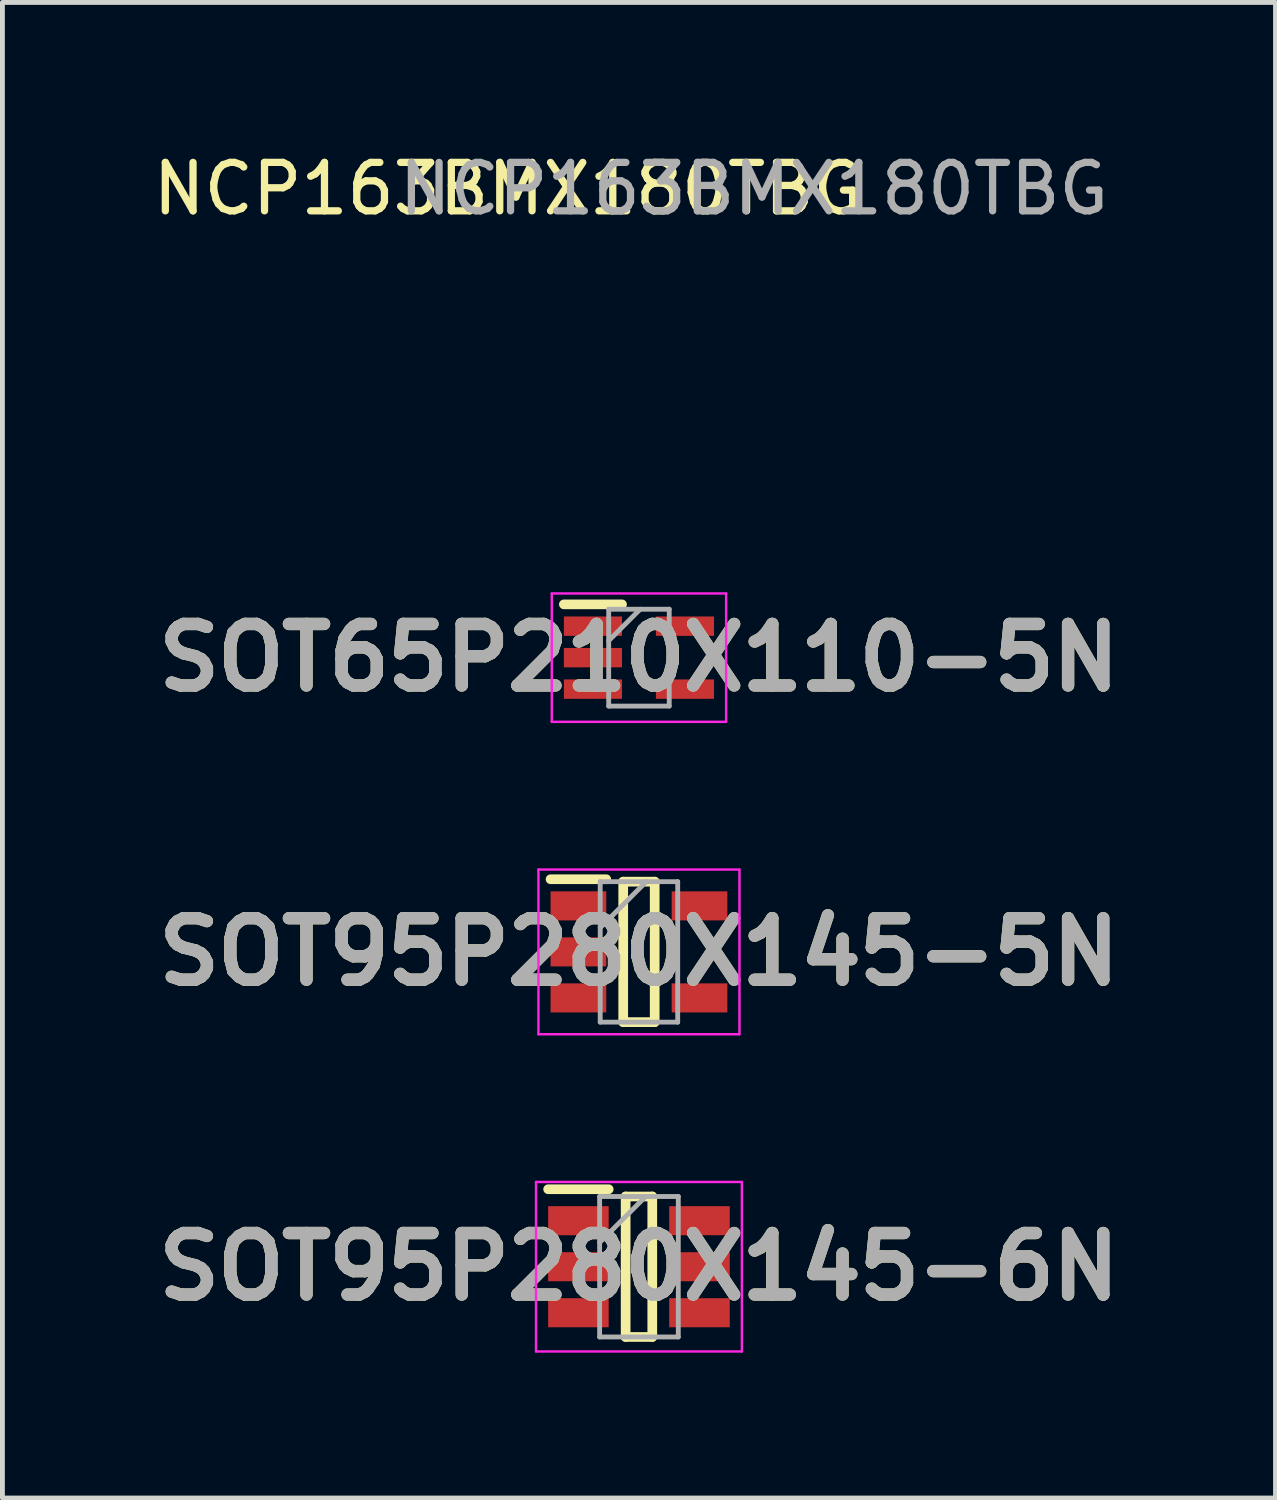
<source format=kicad_pcb>
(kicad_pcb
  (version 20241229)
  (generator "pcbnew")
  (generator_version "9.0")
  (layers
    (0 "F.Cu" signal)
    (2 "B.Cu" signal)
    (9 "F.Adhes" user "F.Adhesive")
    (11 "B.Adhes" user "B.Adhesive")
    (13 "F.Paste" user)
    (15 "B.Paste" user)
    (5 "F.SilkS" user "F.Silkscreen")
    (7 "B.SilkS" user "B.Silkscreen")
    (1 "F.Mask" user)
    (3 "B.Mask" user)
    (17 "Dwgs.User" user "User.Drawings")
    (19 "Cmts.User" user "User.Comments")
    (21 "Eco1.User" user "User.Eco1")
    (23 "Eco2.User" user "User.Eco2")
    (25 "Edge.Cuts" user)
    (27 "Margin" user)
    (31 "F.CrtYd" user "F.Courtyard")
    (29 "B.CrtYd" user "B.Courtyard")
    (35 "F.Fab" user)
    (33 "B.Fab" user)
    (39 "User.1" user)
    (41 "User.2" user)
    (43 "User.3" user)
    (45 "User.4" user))
  (footprint "SOT65P210X110-5N"
    (layer "F.Cu")
    (at 10.142 10.528)
    (property "Reference" "SOT65P210X110-5N" (at 0 0 0) (layer "F.SilkS") (effects (font (size 1.27 1.27) (thickness 0.254))))
    (attr smd)
    (fp_line (start -1.55 -1.1) (end -0.35 -1.1) (stroke (width 0.2) (type solid)) (layer "F.SilkS"))
    (fp_line (start -1.8 -1.325) (end 1.8 -1.325) (stroke (width 0.05) (type solid)) (layer "F.CrtYd"))
    (fp_line (start -1.8 1.325) (end -1.8 -1.325) (stroke (width 0.05) (type solid)) (layer "F.CrtYd"))
    (fp_line (start 1.8 -1.325) (end 1.8 1.325) (stroke (width 0.05) (type solid)) (layer "F.CrtYd"))
    (fp_line (start 1.8 1.325) (end -1.8 1.325) (stroke (width 0.05) (type solid)) (layer "F.CrtYd"))
    (fp_line (start -0.625 -1) (end 0.625 -1) (stroke (width 0.1) (type solid)) (layer "F.Fab"))
    (fp_line (start -0.625 -0.35) (end 0.025 -1) (stroke (width 0.1) (type solid)) (layer "F.Fab"))
    (fp_line (start -0.625 1) (end -0.625 -1) (stroke (width 0.1) (type solid)) (layer "F.Fab"))
    (fp_line (start 0.625 -1) (end 0.625 1) (stroke (width 0.1) (type solid)) (layer "F.Fab"))
    (fp_line (start 0.625 1) (end -0.625 1) (stroke (width 0.1) (type solid)) (layer "F.Fab"))
    (fp_text user "${REFERENCE}" (at 0 0 0) (layer "F.Fab") (effects (font (size 1.27 1.27) (thickness 0.254))))
    (pad "1" smd rect (at -0.95 -0.65 90) (size 0.4 1.2) (layers "F.Cu" "F.Mask" "F.Paste"))
    (pad "2" smd rect (at -0.95 0 90) (size 0.4 1.2) (layers "F.Cu" "F.Mask" "F.Paste"))
    (pad "3" smd rect (at -0.95 0.65 90) (size 0.4 1.2) (layers "F.Cu" "F.Mask" "F.Paste"))
    (pad "4" smd rect (at 0.95 0.65 90) (size 0.4 1.2) (layers "F.Cu" "F.Mask" "F.Paste"))
    (pad "5" smd rect (at 0.95 -0.65 90) (size 0.4 1.2) (layers "F.Cu" "F.Mask" "F.Paste")))
  (footprint "SOT95P280X145-6N"
    (layer "F.Cu")
    (at 10.142 23.103)
    (property "Reference" "SOT95P280X145-6N" (at 0 0 0) (layer "F.SilkS") (effects (font (size 1.27 1.27) (thickness 0.254))))
    (attr smd)
    (fp_line (start -1.875 -1.6) (end -0.625 -1.6) (stroke (width 0.2) (type solid)) (layer "F.SilkS"))
    (fp_line (start -0.275 -1.45) (end 0.275 -1.45) (stroke (width 0.2) (type solid)) (layer "F.SilkS"))
    (fp_line (start -0.275 1.45) (end -0.275 -1.45) (stroke (width 0.2) (type solid)) (layer "F.SilkS"))
    (fp_line (start 0.275 -1.45) (end 0.275 1.45) (stroke (width 0.2) (type solid)) (layer "F.SilkS"))
    (fp_line (start 0.275 1.45) (end -0.275 1.45) (stroke (width 0.2) (type solid)) (layer "F.SilkS"))
    (fp_line (start -2.125 -1.75) (end 2.125 -1.75) (stroke (width 0.05) (type solid)) (layer "F.CrtYd"))
    (fp_line (start -2.125 1.75) (end -2.125 -1.75) (stroke (width 0.05) (type solid)) (layer "F.CrtYd"))
    (fp_line (start 2.125 -1.75) (end 2.125 1.75) (stroke (width 0.05) (type solid)) (layer "F.CrtYd"))
    (fp_line (start 2.125 1.75) (end -2.125 1.75) (stroke (width 0.05) (type solid)) (layer "F.CrtYd"))
    (fp_line (start -0.812 -1.45) (end 0.812 -1.45) (stroke (width 0.1) (type solid)) (layer "F.Fab"))
    (fp_line (start -0.812 -0.5) (end 0.138 -1.45) (stroke (width 0.1) (type solid)) (layer "F.Fab"))
    (fp_line (start -0.812 1.45) (end -0.812 -1.45) (stroke (width 0.1) (type solid)) (layer "F.Fab"))
    (fp_line (start 0.812 -1.45) (end 0.812 1.45) (stroke (width 0.1) (type solid)) (layer "F.Fab"))
    (fp_line (start 0.812 1.45) (end -0.812 1.45) (stroke (width 0.1) (type solid)) (layer "F.Fab"))
    (fp_text user "${REFERENCE}" (at 0 0 0) (layer "F.Fab") (effects (font (size 1.27 1.27) (thickness 0.254))))
    (pad "1" smd rect (at -1.25 -0.95 90) (size 0.6 1.25) (layers "F.Cu" "F.Mask" "F.Paste"))
    (pad "2" smd rect (at -1.25 0 90) (size 0.6 1.25) (layers "F.Cu" "F.Mask" "F.Paste"))
    (pad "3" smd rect (at -1.25 0.95 90) (size 0.6 1.25) (layers "F.Cu" "F.Mask" "F.Paste"))
    (pad "4" smd rect (at 1.25 0.95 90) (size 0.6 1.25) (layers "F.Cu" "F.Mask" "F.Paste"))
    (pad "5" smd rect (at 1.25 0 90) (size 0.6 1.25) (layers "F.Cu" "F.Mask" "F.Paste"))
    (pad "6" smd rect (at 1.25 -0.95 90) (size 0.6 1.25) (layers "F.Cu" "F.Mask" "F.Paste")))
  (footprint "NCP163BMX180TBG"
    (layer "F.Cu")
    (at 7.435 5.928)
    (property "Reference" "NCP163BMX180TBG" (at 0 -5.08 0) (unlocked yes) (layer "F.SilkS") (effects (font (size 1 1) (thickness 0.15))))
    (attr smd)
    (fp_text user "${REFERENCE}" (at 5.08 -5.08 0) (unlocked yes) (layer "F.Fab") (effects (font (size 1 1) (thickness 0.15)))))
  (footprint "SOT95P280X145-5N"
    (layer "F.Cu")
    (at 10.142 16.603)
    (property "Reference" "SOT95P280X145-5N" (at 0 0 0) (layer "F.SilkS") (effects (font (size 1.27 1.27) (thickness 0.254))))
    (attr smd)
    (fp_line (start -1.825 -1.5) (end -0.675 -1.5) (stroke (width 0.2) (type solid)) (layer "F.SilkS"))
    (fp_line (start -0.325 -1.45) (end 0.325 -1.45) (stroke (width 0.2) (type solid)) (layer "F.SilkS"))
    (fp_line (start -0.325 1.45) (end -0.325 -1.45) (stroke (width 0.2) (type solid)) (layer "F.SilkS"))
    (fp_line (start 0.325 -1.45) (end 0.325 1.45) (stroke (width 0.2) (type solid)) (layer "F.SilkS"))
    (fp_line (start 0.325 1.45) (end -0.325 1.45) (stroke (width 0.2) (type solid)) (layer "F.SilkS"))
    (fp_line (start -2.075 -1.7) (end 2.075 -1.7) (stroke (width 0.05) (type solid)) (layer "F.CrtYd"))
    (fp_line (start -2.075 1.7) (end -2.075 -1.7) (stroke (width 0.05) (type solid)) (layer "F.CrtYd"))
    (fp_line (start 2.075 -1.7) (end 2.075 1.7) (stroke (width 0.05) (type solid)) (layer "F.CrtYd"))
    (fp_line (start 2.075 1.7) (end -2.075 1.7) (stroke (width 0.05) (type solid)) (layer "F.CrtYd"))
    (fp_line (start -0.8 -1.45) (end 0.8 -1.45) (stroke (width 0.1) (type solid)) (layer "F.Fab"))
    (fp_line (start -0.8 -0.5) (end 0.15 -1.45) (stroke (width 0.1) (type solid)) (layer "F.Fab"))
    (fp_line (start -0.8 1.45) (end -0.8 -1.45) (stroke (width 0.1) (type solid)) (layer "F.Fab"))
    (fp_line (start 0.8 -1.45) (end 0.8 1.45) (stroke (width 0.1) (type solid)) (layer "F.Fab"))
    (fp_line (start 0.8 1.45) (end -0.8 1.45) (stroke (width 0.1) (type solid)) (layer "F.Fab"))
    (fp_text user "${REFERENCE}" (at 0 0 0) (layer "F.Fab") (effects (font (size 1.27 1.27) (thickness 0.254))))
    (pad "1" smd rect (at -1.25 -0.95 90) (size 0.6 1.15) (layers "F.Cu" "F.Mask" "F.Paste"))
    (pad "2" smd rect (at -1.25 0 90) (size 0.6 1.15) (layers "F.Cu" "F.Mask" "F.Paste"))
    (pad "3" smd rect (at -1.25 0.95 90) (size 0.6 1.15) (layers "F.Cu" "F.Mask" "F.Paste"))
    (pad "4" smd rect (at 1.25 0.95 90) (size 0.6 1.15) (layers "F.Cu" "F.Mask" "F.Paste"))
    (pad "5" smd rect (at 1.25 -0.95 90) (size 0.6 1.15) (layers "F.Cu" "F.Mask" "F.Paste")))
  (gr_rect
    (start -3 -3)
    (end 23.284 27.878)
    (stroke (width 0.1) (type default))
    (fill no)
    (layer "Edge.Cuts")))
</source>
